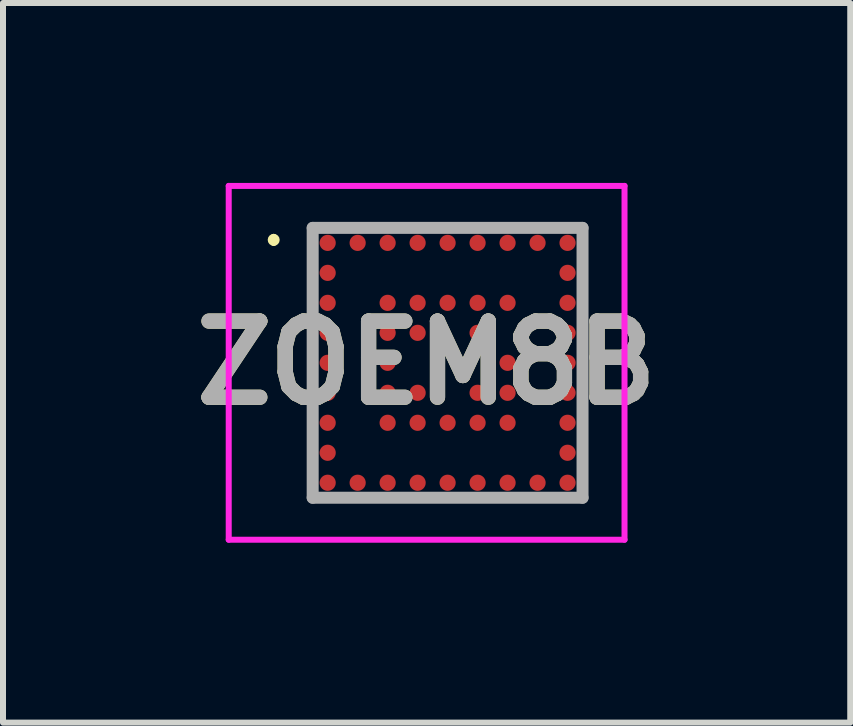
<source format=kicad_pcb>
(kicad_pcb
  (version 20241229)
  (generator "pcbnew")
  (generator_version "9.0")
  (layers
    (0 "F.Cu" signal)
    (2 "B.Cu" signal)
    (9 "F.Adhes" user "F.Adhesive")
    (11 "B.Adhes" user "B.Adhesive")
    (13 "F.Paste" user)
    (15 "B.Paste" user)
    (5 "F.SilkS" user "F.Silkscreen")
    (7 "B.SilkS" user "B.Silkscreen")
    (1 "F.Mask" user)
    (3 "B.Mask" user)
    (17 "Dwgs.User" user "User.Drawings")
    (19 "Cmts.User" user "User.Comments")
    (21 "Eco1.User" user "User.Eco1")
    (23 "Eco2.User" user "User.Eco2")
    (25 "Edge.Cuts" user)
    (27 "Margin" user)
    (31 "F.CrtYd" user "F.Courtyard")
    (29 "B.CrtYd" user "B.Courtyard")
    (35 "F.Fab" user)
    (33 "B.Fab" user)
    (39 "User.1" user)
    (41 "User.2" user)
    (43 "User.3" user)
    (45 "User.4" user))
  (footprint "ZOEM8B"
    (layer "F.Cu")
    (at 4.414 3)
    (property "Reference" "ZOEM8B" (at -0.35 0 0) (layer "F.SilkS") (effects (font (size 1.27 1.27) (thickness 0.254))))
    (attr smd)
    (fp_line (start -2.9 -2.1) (end -2.9 -2.1) (stroke (width 0.1) (type solid)) (layer "F.SilkS"))
    (fp_line (start -2.9 -2) (end -2.9 -2) (stroke (width 0.1) (type solid)) (layer "F.SilkS"))
    (fp_arc (start -2.9 -2.1) (mid -2.85 -2.05) (end -2.9 -2) (stroke (width 0.1) (type solid)) (layer "F.SilkS"))
    (fp_arc (start -2.9 -2) (mid -2.95 -2.05) (end -2.9 -2.1) (stroke (width 0.1) (type solid)) (layer "F.SilkS"))
    (fp_line (start -3.65 -2.95) (end -3.65 2.95) (stroke (width 0.1) (type solid)) (layer "F.CrtYd"))
    (fp_line (start -3.65 2.95) (end 2.95 2.95) (stroke (width 0.1) (type solid)) (layer "F.CrtYd"))
    (fp_line (start 2.95 -2.95) (end -3.65 -2.95) (stroke (width 0.1) (type solid)) (layer "F.CrtYd"))
    (fp_line (start 2.95 2.95) (end 2.95 -2.95) (stroke (width 0.1) (type solid)) (layer "F.CrtYd"))
    (fp_line (start -2.25 -2.25) (end -2.25 2.25) (stroke (width 0.2) (type solid)) (layer "F.Fab"))
    (fp_line (start -2.25 2.25) (end 2.25 2.25) (stroke (width 0.2) (type solid)) (layer "F.Fab"))
    (fp_line (start 2.25 -2.25) (end -2.25 -2.25) (stroke (width 0.2) (type solid)) (layer "F.Fab"))
    (fp_line (start 2.25 2.25) (end 2.25 -2.25) (stroke (width 0.2) (type solid)) (layer "F.Fab"))
    (fp_text user "${REFERENCE}" (at -0.35 0 0) (layer "F.Fab") (effects (font (size 1.27 1.27) (thickness 0.254))))
    (pad "A1" smd circle (at -2 -2 90) (size 0.27 0.27) (layers "F.Cu" "F.Mask" "F.Paste"))
    (pad "A2" smd circle (at -1.5 -2 90) (size 0.27 0.27) (layers "F.Cu" "F.Mask" "F.Paste"))
    (pad "A3" smd circle (at -1 -2 90) (size 0.27 0.27) (layers "F.Cu" "F.Mask" "F.Paste"))
    (pad "A4" smd circle (at -0.5 -2 90) (size 0.27 0.27) (layers "F.Cu" "F.Mask" "F.Paste"))
    (pad "A5" smd circle (at 0 -2 90) (size 0.27 0.27) (layers "F.Cu" "F.Mask" "F.Paste"))
    (pad "A6" smd circle (at 0.5 -2 90) (size 0.27 0.27) (layers "F.Cu" "F.Mask" "F.Paste"))
    (pad "A7" smd circle (at 1 -2 90) (size 0.27 0.27) (layers "F.Cu" "F.Mask" "F.Paste"))
    (pad "A8" smd circle (at 1.5 -2 90) (size 0.27 0.27) (layers "F.Cu" "F.Mask" "F.Paste"))
    (pad "A9" smd circle (at 2 -2 90) (size 0.27 0.27) (layers "F.Cu" "F.Mask" "F.Paste"))
    (pad "B1" smd circle (at -2 -1.5 90) (size 0.27 0.27) (layers "F.Cu" "F.Mask" "F.Paste"))
    (pad "B9" smd circle (at 2 -1.5 90) (size 0.27 0.27) (layers "F.Cu" "F.Mask" "F.Paste"))
    (pad "C1" smd circle (at -2 -1 90) (size 0.27 0.27) (layers "F.Cu" "F.Mask" "F.Paste"))
    (pad "C3" smd circle (at -1 -1 90) (size 0.27 0.27) (layers "F.Cu" "F.Mask" "F.Paste"))
    (pad "C4" smd circle (at -0.5 -1 90) (size 0.27 0.27) (layers "F.Cu" "F.Mask" "F.Paste"))
    (pad "C5" smd circle (at 0 -1 90) (size 0.27 0.27) (layers "F.Cu" "F.Mask" "F.Paste"))
    (pad "C6" smd circle (at 0.5 -1 90) (size 0.27 0.27) (layers "F.Cu" "F.Mask" "F.Paste"))
    (pad "C7" smd circle (at 1 -1 90) (size 0.27 0.27) (layers "F.Cu" "F.Mask" "F.Paste"))
    (pad "C9" smd circle (at 2 -1 90) (size 0.27 0.27) (layers "F.Cu" "F.Mask" "F.Paste"))
    (pad "D1" smd circle (at -2 -0.5 90) (size 0.27 0.27) (layers "F.Cu" "F.Mask" "F.Paste"))
    (pad "D3" smd circle (at -1 -0.5 90) (size 0.27 0.27) (layers "F.Cu" "F.Mask" "F.Paste"))
    (pad "D4" smd circle (at -0.5 -0.5 90) (size 0.27 0.27) (layers "F.Cu" "F.Mask" "F.Paste"))
    (pad "D6" smd circle (at 0.5 -0.5 90) (size 0.27 0.27) (layers "F.Cu" "F.Mask" "F.Paste"))
    (pad "D9" smd circle (at 2 -0.5 90) (size 0.27 0.27) (layers "F.Cu" "F.Mask" "F.Paste"))
    (pad "E1" smd circle (at -2 0 90) (size 0.27 0.27) (layers "F.Cu" "F.Mask" "F.Paste"))
    (pad "E3" smd circle (at -1 0 90) (size 0.27 0.27) (layers "F.Cu" "F.Mask" "F.Paste"))
    (pad "E7" smd circle (at 1 0 90) (size 0.27 0.27) (layers "F.Cu" "F.Mask" "F.Paste"))
    (pad "E9" smd circle (at 2 0 90) (size 0.27 0.27) (layers "F.Cu" "F.Mask" "F.Paste"))
    (pad "F1" smd circle (at -2 0.5 90) (size 0.27 0.27) (layers "F.Cu" "F.Mask" "F.Paste"))
    (pad "F3" smd circle (at -1 0.5 90) (size 0.27 0.27) (layers "F.Cu" "F.Mask" "F.Paste"))
    (pad "F4" smd circle (at -0.5 0.5 90) (size 0.27 0.27) (layers "F.Cu" "F.Mask" "F.Paste"))
    (pad "F6" smd circle (at 0.5 0.5 90) (size 0.27 0.27) (layers "F.Cu" "F.Mask" "F.Paste"))
    (pad "F7" smd circle (at 1 0.5 90) (size 0.27 0.27) (layers "F.Cu" "F.Mask" "F.Paste"))
    (pad "F9" smd circle (at 2 0.5 90) (size 0.27 0.27) (layers "F.Cu" "F.Mask" "F.Paste"))
    (pad "G1" smd circle (at -2 1 90) (size 0.27 0.27) (layers "F.Cu" "F.Mask" "F.Paste"))
    (pad "G3" smd circle (at -1 1 90) (size 0.27 0.27) (layers "F.Cu" "F.Mask" "F.Paste"))
    (pad "G4" smd circle (at -0.5 1 90) (size 0.27 0.27) (layers "F.Cu" "F.Mask" "F.Paste"))
    (pad "G5" smd circle (at 0 1 90) (size 0.27 0.27) (layers "F.Cu" "F.Mask" "F.Paste"))
    (pad "G6" smd circle (at 0.5 1 90) (size 0.27 0.27) (layers "F.Cu" "F.Mask" "F.Paste"))
    (pad "G7" smd circle (at 1 1 90) (size 0.27 0.27) (layers "F.Cu" "F.Mask" "F.Paste"))
    (pad "G9" smd circle (at 2 1 90) (size 0.27 0.27) (layers "F.Cu" "F.Mask" "F.Paste"))
    (pad "H1" smd circle (at -2 1.5 90) (size 0.27 0.27) (layers "F.Cu" "F.Mask" "F.Paste"))
    (pad "H9" smd circle (at 2 1.5 90) (size 0.27 0.27) (layers "F.Cu" "F.Mask" "F.Paste"))
    (pad "J1" smd circle (at -2 2 90) (size 0.27 0.27) (layers "F.Cu" "F.Mask" "F.Paste"))
    (pad "J2" smd circle (at -1.5 2 90) (size 0.27 0.27) (layers "F.Cu" "F.Mask" "F.Paste"))
    (pad "J3" smd circle (at -1 2 90) (size 0.27 0.27) (layers "F.Cu" "F.Mask" "F.Paste"))
    (pad "J4" smd circle (at -0.5 2 90) (size 0.27 0.27) (layers "F.Cu" "F.Mask" "F.Paste"))
    (pad "J5" smd circle (at 0 2 90) (size 0.27 0.27) (layers "F.Cu" "F.Mask" "F.Paste"))
    (pad "J6" smd circle (at 0.5 2 90) (size 0.27 0.27) (layers "F.Cu" "F.Mask" "F.Paste"))
    (pad "J7" smd circle (at 1 2 90) (size 0.27 0.27) (layers "F.Cu" "F.Mask" "F.Paste"))
    (pad "J8" smd circle (at 1.5 2 90) (size 0.27 0.27) (layers "F.Cu" "F.Mask" "F.Paste"))
    (pad "J9" smd circle (at 2 2 90) (size 0.27 0.27) (layers "F.Cu" "F.Mask" "F.Paste")))
  (gr_rect
    (start -3 -3)
    (end 11.128 9)
    (stroke (width 0.1) (type default))
    (fill no)
    (layer "Edge.Cuts")))
</source>
